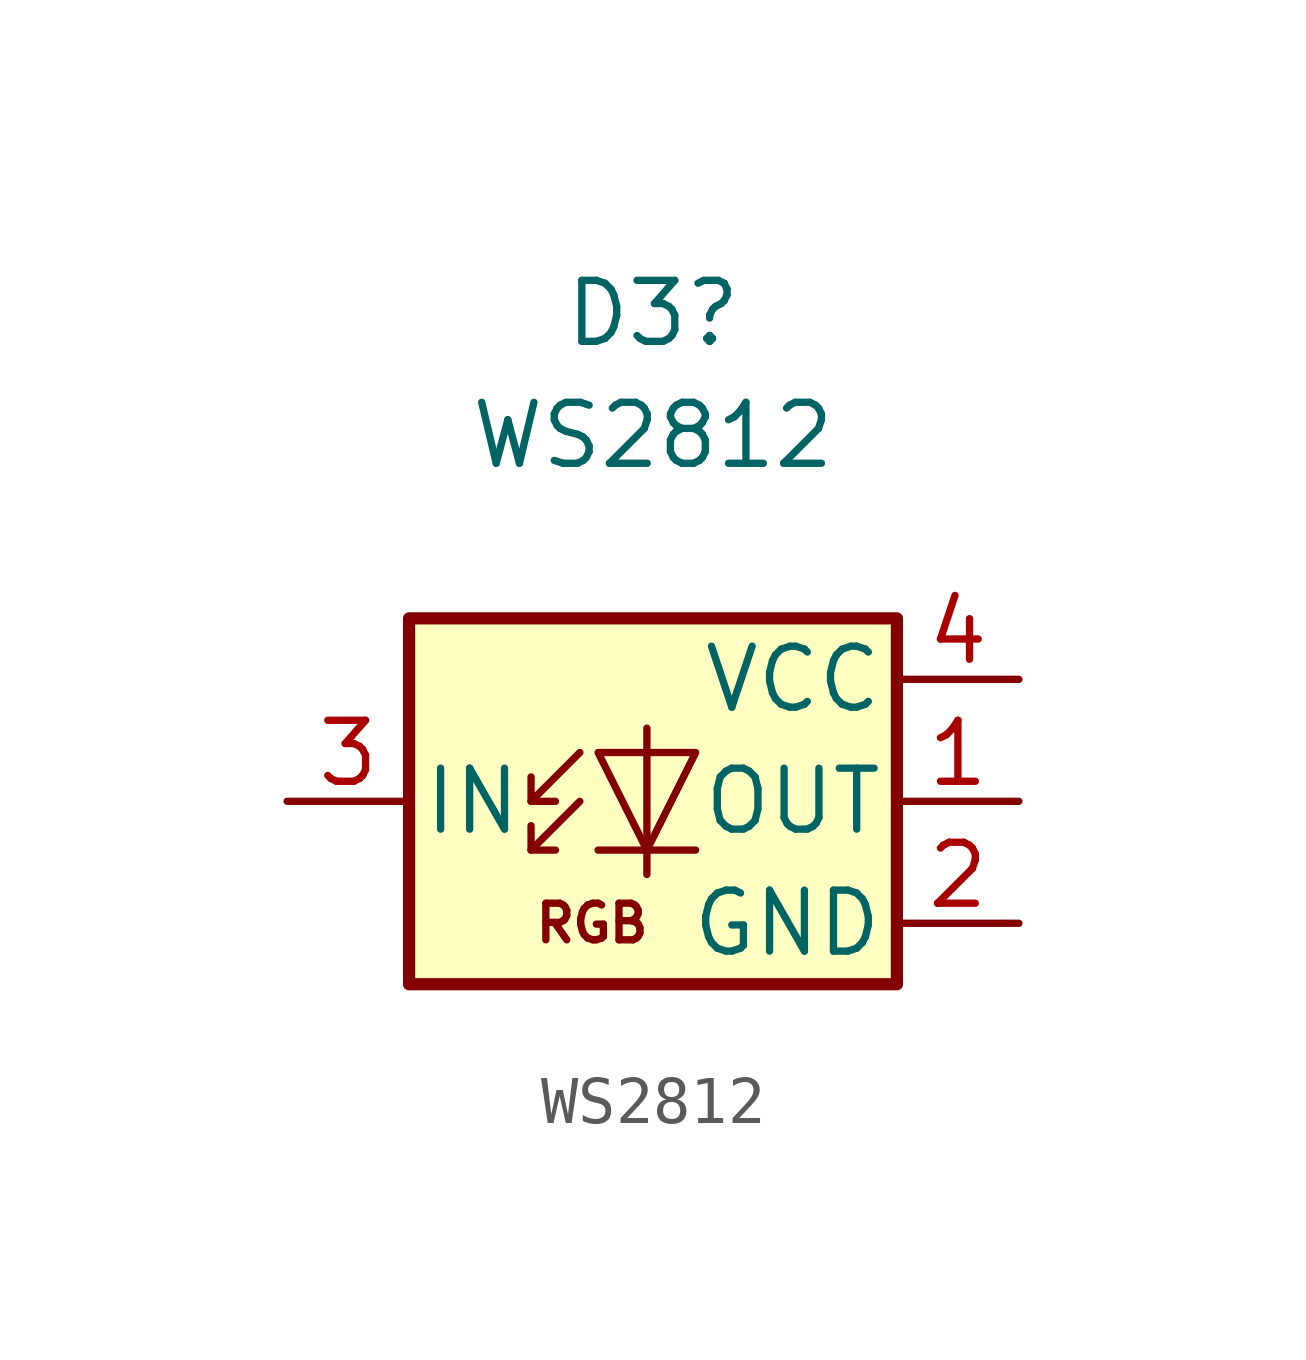
<source format=kicad_sym>
(kicad_symbol_lib
  (version 20231120)
  (generator "kicad_symbol_editor")
  (generator_version "8.0")
  (symbol "WS2812"
    (pin_names
      (offset 0.254))
    (property "Reference" "D3"
      (at 0 11.43 0)
      (effects (font (size 1.27 1.27))))
    (property "Value" "WS2812"
      (at 0 8.89 0)
      (effects (font (size 1.27 1.27))))
    (symbol "WS2812_0_0"
      (text "RGB" (at -1.27 -1.27 0) (effects (font (size 0.762 0.762)))))
    (symbol "WS2812_0_1"
      (rectangle (start -5.08 5.08) (end 5.08 -2.54) (stroke (width 0.254) (type default)) (fill (type background)))
      (polyline (pts (xy -2.54 0.254) (xy -2.032 0.254)) (stroke (width 0) (type default)) (fill (type none)))
      (polyline (pts (xy -2.54 1.27) (xy -2.032 1.27)) (stroke (width 0) (type default)) (fill (type none)))
      (polyline (pts (xy 0.889 0.254) (xy -1.143 0.254)) (stroke (width 0) (type default)) (fill (type none)))
      (polyline (pts (xy -1.524 1.27) (xy -2.54 0.254) (xy -2.54 0.762)) (stroke (width 0) (type default)) (fill (type none)))
      (polyline (pts (xy -1.524 2.286) (xy -2.54 1.27) (xy -2.54 1.778)) (stroke (width 0) (type default)) (fill (type none)))
      (polyline (pts (xy -0.127 2.794) (xy -0.127 0.254) (xy -0.127 -0.254)) (stroke (width 0) (type default)) (fill (type none)))
      (polyline (pts (xy 0.889 2.286) (xy -1.143 2.286) (xy -0.127 0.254) (xy 0.889 2.286)) (stroke (width 0) (type default)) (fill (type none))))
    (symbol "WS2812_1_1"
      (pin output line (at 7.62 1.27 180) (length 2.54) (name "OUT" (effects (font (size 1.27 1.27)))) (number "1" (effects (font (size 1.27 1.27)))))
      (pin power_in line (at 7.62 -1.27 180) (length 2.54) (name "GND" (effects (font (size 1.27 1.27)))) (number "2" (effects (font (size 1.27 1.27)))))
      (pin input line (at -7.62 1.27 0) (length 2.54) (name "IN" (effects (font (size 1.27 1.27)))) (number "3" (effects (font (size 1.27 1.27)))))
      (pin power_in line (at 7.62 3.81 180) (length 2.54) (name "VCC" (effects (font (size 1.27 1.27)))) (number "4" (effects (font (size 1.27 1.27))))))))
</source>
